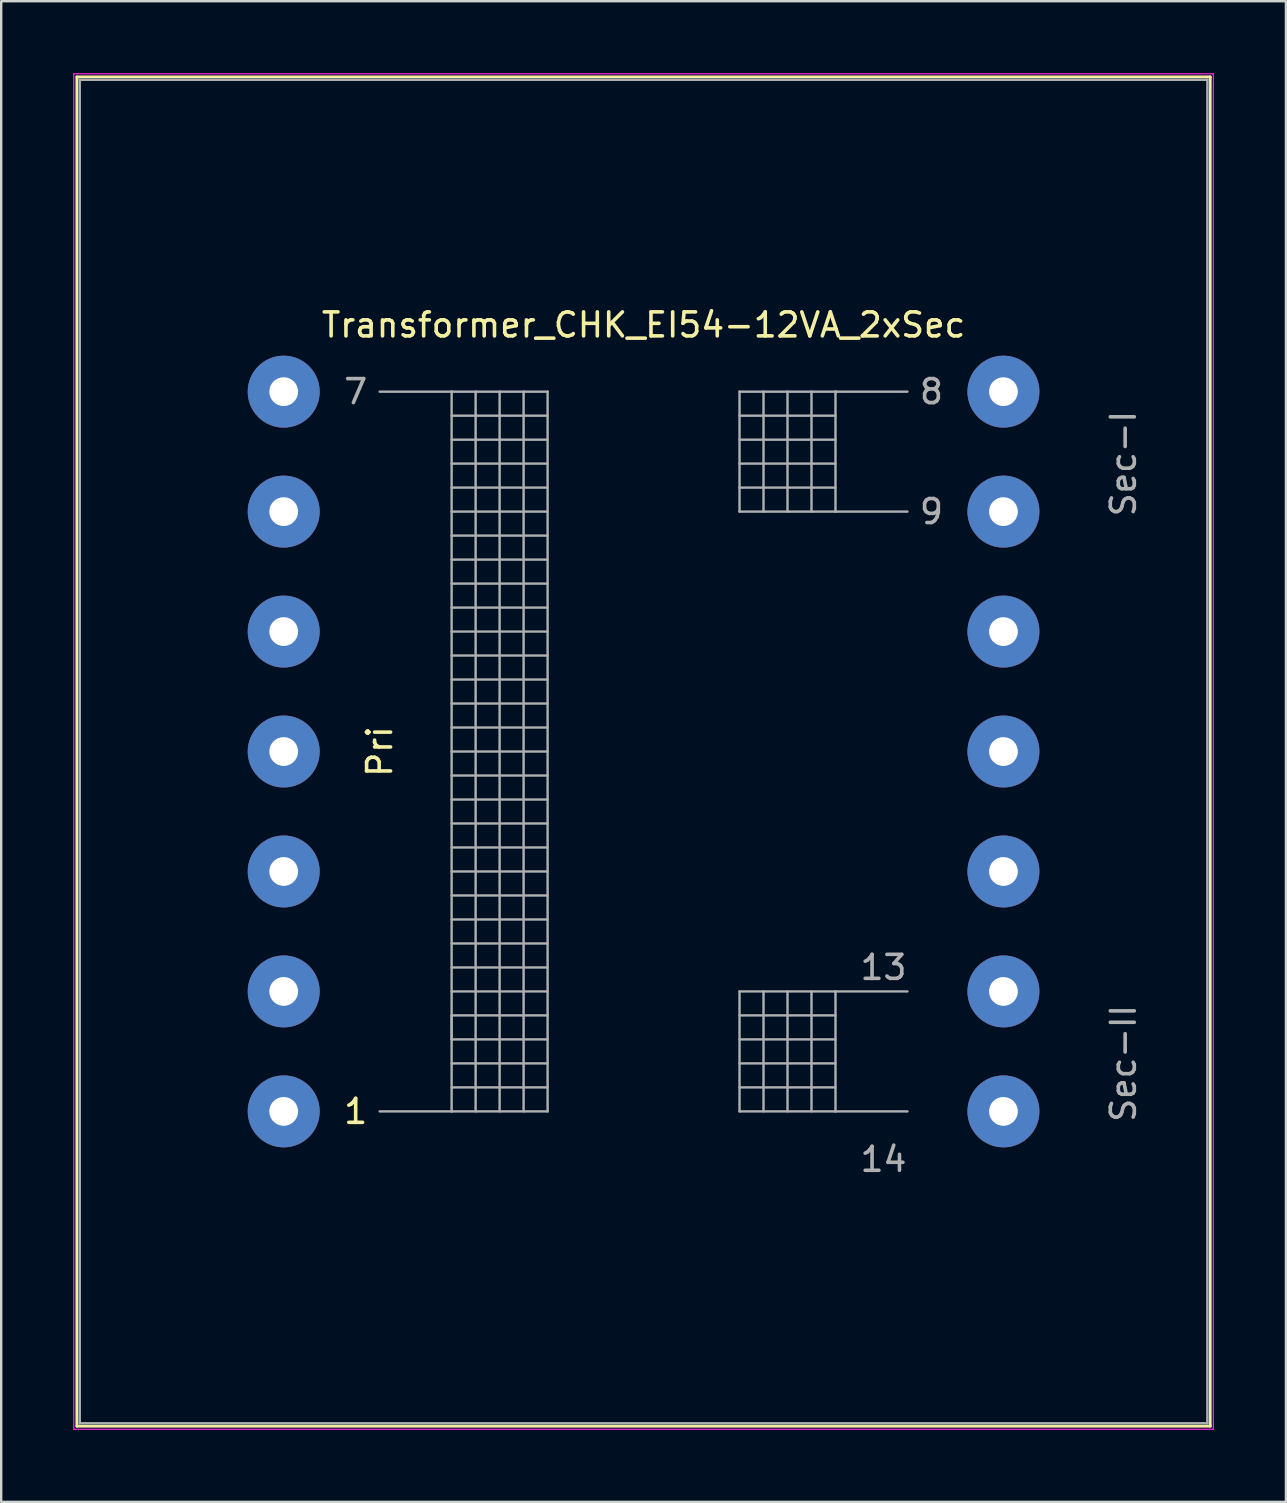
<source format=kicad_pcb>
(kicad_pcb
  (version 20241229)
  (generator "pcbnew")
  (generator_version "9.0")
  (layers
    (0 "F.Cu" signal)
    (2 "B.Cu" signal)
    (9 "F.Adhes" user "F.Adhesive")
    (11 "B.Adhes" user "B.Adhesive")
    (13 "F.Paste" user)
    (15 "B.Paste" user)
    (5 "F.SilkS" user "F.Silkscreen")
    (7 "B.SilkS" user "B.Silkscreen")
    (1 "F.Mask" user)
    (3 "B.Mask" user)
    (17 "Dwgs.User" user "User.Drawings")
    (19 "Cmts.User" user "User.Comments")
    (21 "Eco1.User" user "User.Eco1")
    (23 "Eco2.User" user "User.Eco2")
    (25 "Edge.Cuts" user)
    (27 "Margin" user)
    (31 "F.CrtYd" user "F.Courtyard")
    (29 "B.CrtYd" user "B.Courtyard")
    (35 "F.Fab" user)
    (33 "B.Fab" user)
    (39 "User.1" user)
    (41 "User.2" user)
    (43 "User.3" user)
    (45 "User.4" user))
  (footprint "Transformer_CHK_EI54-12VA_2xSec"
    (layer "F.Cu")
    (at 8.775 43.275)
    (property "Reference" "Transformer_CHK_EI54-12VA_2xSec" (at 15 -32.78 0) (layer "F.SilkS") (effects (font (size 1 1) (thickness 0.15))))
    (attr through_hole)
    (fp_line (start -8.62 -43.12) (end -8.62 13.12) (stroke (width 0.12) (type solid)) (layer "F.SilkS"))
    (fp_line (start -8.62 -43.12) (end 38.62 -43.12) (stroke (width 0.12) (type solid)) (layer "F.SilkS"))
    (fp_line (start 38.62 13.12) (end -8.62 13.12) (stroke (width 0.12) (type solid)) (layer "F.SilkS"))
    (fp_line (start 38.62 13.12) (end 38.62 -43.12) (stroke (width 0.12) (type solid)) (layer "F.SilkS"))
    (fp_line (start -8.75 -43.25) (end -8.75 13.25) (stroke (width 0.05) (type solid)) (layer "F.CrtYd"))
    (fp_line (start -8.75 -43.25) (end 38.75 -43.25) (stroke (width 0.05) (type solid)) (layer "F.CrtYd"))
    (fp_line (start 38.75 13.25) (end -8.75 13.25) (stroke (width 0.05) (type solid)) (layer "F.CrtYd"))
    (fp_line (start 38.75 13.25) (end 38.75 -43.25) (stroke (width 0.05) (type solid)) (layer "F.CrtYd"))
    (fp_line (start -8.5 -43) (end -8.5 13) (stroke (width 0.1) (type solid)) (layer "F.Fab"))
    (fp_line (start -8.5 13) (end 38.5 13) (stroke (width 0.1) (type solid)) (layer "F.Fab"))
    (fp_line (start 4 -30) (end 7 -30) (stroke (width 0.1) (type solid)) (layer "F.Fab"))
    (fp_line (start 7 -30) (end 7 0) (stroke (width 0.1) (type solid)) (layer "F.Fab"))
    (fp_line (start 7 -30) (end 11 -30) (stroke (width 0.1) (type solid)) (layer "F.Fab"))
    (fp_line (start 7 -29) (end 11 -29) (stroke (width 0.1) (type solid)) (layer "F.Fab"))
    (fp_line (start 7 -27) (end 11 -27) (stroke (width 0.1) (type solid)) (layer "F.Fab"))
    (fp_line (start 7 -25) (end 11 -25) (stroke (width 0.1) (type solid)) (layer "F.Fab"))
    (fp_line (start 7 -23) (end 11 -23) (stroke (width 0.1) (type solid)) (layer "F.Fab"))
    (fp_line (start 7 -21) (end 11 -21) (stroke (width 0.1) (type solid)) (layer "F.Fab"))
    (fp_line (start 7 -19) (end 11 -19) (stroke (width 0.1) (type solid)) (layer "F.Fab"))
    (fp_line (start 7 -17) (end 11 -17) (stroke (width 0.1) (type solid)) (layer "F.Fab"))
    (fp_line (start 7 -15) (end 11 -15) (stroke (width 0.1) (type solid)) (layer "F.Fab"))
    (fp_line (start 7 -13) (end 11 -13) (stroke (width 0.1) (type solid)) (layer "F.Fab"))
    (fp_line (start 7 -11) (end 11 -11) (stroke (width 0.1) (type solid)) (layer "F.Fab"))
    (fp_line (start 7 -9) (end 11 -9) (stroke (width 0.1) (type solid)) (layer "F.Fab"))
    (fp_line (start 7 -7) (end 11 -7) (stroke (width 0.1) (type solid)) (layer "F.Fab"))
    (fp_line (start 7 -5) (end 11 -5) (stroke (width 0.1) (type solid)) (layer "F.Fab"))
    (fp_line (start 7 -4) (end 7 -3) (stroke (width 0.1) (type solid)) (layer "F.Fab"))
    (fp_line (start 7 -3) (end 11 -3) (stroke (width 0.1) (type solid)) (layer "F.Fab"))
    (fp_line (start 7 -1) (end 11 -1) (stroke (width 0.1) (type solid)) (layer "F.Fab"))
    (fp_line (start 7 0) (end 4 0) (stroke (width 0.1) (type solid)) (layer "F.Fab"))
    (fp_line (start 8 -30) (end 8 0) (stroke (width 0.1) (type solid)) (layer "F.Fab"))
    (fp_line (start 9 -30) (end 9 0) (stroke (width 0.1) (type solid)) (layer "F.Fab"))
    (fp_line (start 10 -12) (end 7 -12) (stroke (width 0.1) (type solid)) (layer "F.Fab"))
    (fp_line (start 10 -12) (end 11 -12) (stroke (width 0.1) (type solid)) (layer "F.Fab"))
    (fp_line (start 10 0) (end 10 -30) (stroke (width 0.1) (type solid)) (layer "F.Fab"))
    (fp_line (start 11 -30) (end 11 0) (stroke (width 0.1) (type solid)) (layer "F.Fab"))
    (fp_line (start 11 -28) (end 7 -28) (stroke (width 0.1) (type solid)) (layer "F.Fab"))
    (fp_line (start 11 -26) (end 7 -26) (stroke (width 0.1) (type solid)) (layer "F.Fab"))
    (fp_line (start 11 -24) (end 7 -24) (stroke (width 0.1) (type solid)) (layer "F.Fab"))
    (fp_line (start 11 -22) (end 7 -22) (stroke (width 0.1) (type solid)) (layer "F.Fab"))
    (fp_line (start 11 -20) (end 7 -20) (stroke (width 0.1) (type solid)) (layer "F.Fab"))
    (fp_line (start 11 -18) (end 7 -18) (stroke (width 0.1) (type solid)) (layer "F.Fab"))
    (fp_line (start 11 -16) (end 7 -16) (stroke (width 0.1) (type solid)) (layer "F.Fab"))
    (fp_line (start 11 -14) (end 7 -14) (stroke (width 0.1) (type solid)) (layer "F.Fab"))
    (fp_line (start 11 -10) (end 7 -10) (stroke (width 0.1) (type solid)) (layer "F.Fab"))
    (fp_line (start 11 -8) (end 7 -8) (stroke (width 0.1) (type solid)) (layer "F.Fab"))
    (fp_line (start 11 -6) (end 7 -6) (stroke (width 0.1) (type solid)) (layer "F.Fab"))
    (fp_line (start 11 -4) (end 7 -4) (stroke (width 0.1) (type solid)) (layer "F.Fab"))
    (fp_line (start 11 -2) (end 7 -2) (stroke (width 0.1) (type solid)) (layer "F.Fab"))
    (fp_line (start 11 0) (end 7 0) (stroke (width 0.1) (type solid)) (layer "F.Fab"))
    (fp_line (start 19 -30) (end 19 -25) (stroke (width 0.1) (type solid)) (layer "F.Fab"))
    (fp_line (start 19 -29) (end 23 -29) (stroke (width 0.1) (type solid)) (layer "F.Fab"))
    (fp_line (start 19 -27) (end 23 -27) (stroke (width 0.1) (type solid)) (layer "F.Fab"))
    (fp_line (start 19 -25) (end 23 -25) (stroke (width 0.1) (type solid)) (layer "F.Fab"))
    (fp_line (start 19 -5) (end 19 0) (stroke (width 0.1) (type solid)) (layer "F.Fab"))
    (fp_line (start 19 -4) (end 23 -4) (stroke (width 0.1) (type solid)) (layer "F.Fab"))
    (fp_line (start 19 -2) (end 23 -2) (stroke (width 0.1) (type solid)) (layer "F.Fab"))
    (fp_line (start 19 0) (end 23 0) (stroke (width 0.1) (type solid)) (layer "F.Fab"))
    (fp_line (start 20 -30) (end 20 -25) (stroke (width 0.1) (type solid)) (layer "F.Fab"))
    (fp_line (start 20 -5) (end 20 0) (stroke (width 0.1) (type solid)) (layer "F.Fab"))
    (fp_line (start 21 -30) (end 21 -25) (stroke (width 0.1) (type solid)) (layer "F.Fab"))
    (fp_line (start 21 -5) (end 21 0) (stroke (width 0.1) (type solid)) (layer "F.Fab"))
    (fp_line (start 22 -30) (end 22 -25) (stroke (width 0.1) (type solid)) (layer "F.Fab"))
    (fp_line (start 22 -5) (end 22 0) (stroke (width 0.1) (type solid)) (layer "F.Fab"))
    (fp_line (start 23 -30) (end 19 -30) (stroke (width 0.1) (type solid)) (layer "F.Fab"))
    (fp_line (start 23 -30) (end 23 -25) (stroke (width 0.1) (type solid)) (layer "F.Fab"))
    (fp_line (start 23 -28) (end 19 -28) (stroke (width 0.1) (type solid)) (layer "F.Fab"))
    (fp_line (start 23 -26) (end 19 -26) (stroke (width 0.1) (type solid)) (layer "F.Fab"))
    (fp_line (start 23 -25) (end 26 -25) (stroke (width 0.1) (type solid)) (layer "F.Fab"))
    (fp_line (start 23 -5) (end 19 -5) (stroke (width 0.1) (type solid)) (layer "F.Fab"))
    (fp_line (start 23 -5) (end 23 0) (stroke (width 0.1) (type solid)) (layer "F.Fab"))
    (fp_line (start 23 -3) (end 19 -3) (stroke (width 0.1) (type solid)) (layer "F.Fab"))
    (fp_line (start 23 -1) (end 19 -1) (stroke (width 0.1) (type solid)) (layer "F.Fab"))
    (fp_line (start 23 0) (end 26 0) (stroke (width 0.1) (type solid)) (layer "F.Fab"))
    (fp_line (start 26 -30) (end 23 -30) (stroke (width 0.1) (type solid)) (layer "F.Fab"))
    (fp_line (start 26 -5) (end 23 -5) (stroke (width 0.1) (type solid)) (layer "F.Fab"))
    (fp_line (start 38.5 -43) (end -8.5 -43) (stroke (width 0.1) (type solid)) (layer "F.Fab"))
    (fp_line (start 38.5 13) (end 38.5 -43) (stroke (width 0.1) (type solid)) (layer "F.Fab"))
    (fp_text user "1" (at 3 0 0) (layer "F.SilkS") (effects (font (size 1 1) (thickness 0.15))))
    (fp_text user "Pri" (at 4 -15 90) (layer "F.SilkS") (effects (font (size 1 1) (thickness 0.15))))
    (fp_text user "Sec-II" (at 35 -2 90) (layer "F.Fab") (effects (font (size 1 1) (thickness 0.15))))
    (fp_text user "7" (at 3 -30 0) (layer "F.Fab") (effects (font (size 1 1) (thickness 0.15))))
    (fp_text user "14" (at 25 2 0) (layer "F.Fab") (effects (font (size 1 1) (thickness 0.15))))
    (fp_text user "8" (at 27 -30 0) (layer "F.Fab") (effects (font (size 1 1) (thickness 0.15))))
    (fp_text user "Sec-I" (at 35 -27 90) (layer "F.Fab") (effects (font (size 1 1) (thickness 0.15))))
    (fp_text user "9" (at 27 -25 0) (layer "F.Fab") (effects (font (size 1 1) (thickness 0.15))))
    (fp_text user "13" (at 25 -6 0) (layer "F.Fab") (effects (font (size 1 1) (thickness 0.15))))
    (pad "1" thru_hole circle (at 0 0) (size 3 3) (drill 1.2) (layers "*.Cu" "*.Mask"))
    (pad "2" thru_hole circle (at 0 -5) (size 3 3) (drill 1.2) (layers "*.Cu" "*.Mask"))
    (pad "3" thru_hole circle (at 0 -10) (size 3 3) (drill 1.2) (layers "*.Cu" "*.Mask"))
    (pad "4" thru_hole circle (at 0 -15) (size 3 3) (drill 1.2) (layers "*.Cu" "*.Mask"))
    (pad "5" thru_hole circle (at 0 -20) (size 3 3) (drill 1.2) (layers "*.Cu" "*.Mask"))
    (pad "6" thru_hole circle (at 0 -25) (size 3 3) (drill 1.2) (layers "*.Cu" "*.Mask"))
    (pad "7" thru_hole circle (at 0 -30) (size 3 3) (drill 1.2) (layers "*.Cu" "*.Mask"))
    (pad "8" thru_hole circle (at 30 -30) (size 3 3) (drill 1.2) (layers "*.Cu" "*.Mask"))
    (pad "9" thru_hole circle (at 30 -25) (size 3 3) (drill 1.2) (layers "*.Cu" "*.Mask"))
    (pad "10" thru_hole circle (at 30 -20) (size 3 3) (drill 1.2) (layers "*.Cu" "*.Mask"))
    (pad "11" thru_hole circle (at 30 -15) (size 3 3) (drill 1.2) (layers "*.Cu" "*.Mask"))
    (pad "12" thru_hole circle (at 30 -10) (size 3 3) (drill 1.2) (layers "*.Cu" "*.Mask"))
    (pad "13" thru_hole circle (at 30 -5) (size 3 3) (drill 1.2) (layers "*.Cu" "*.Mask"))
    (pad "14" thru_hole circle (at 30 0) (size 3 3) (drill 1.2) (layers "*.Cu" "*.Mask")))
  (gr_rect
    (start -3 -3)
    (end 50.55 59.55)
    (stroke (width 0.1) (type default))
    (fill no)
    (layer "Edge.Cuts")))
</source>
